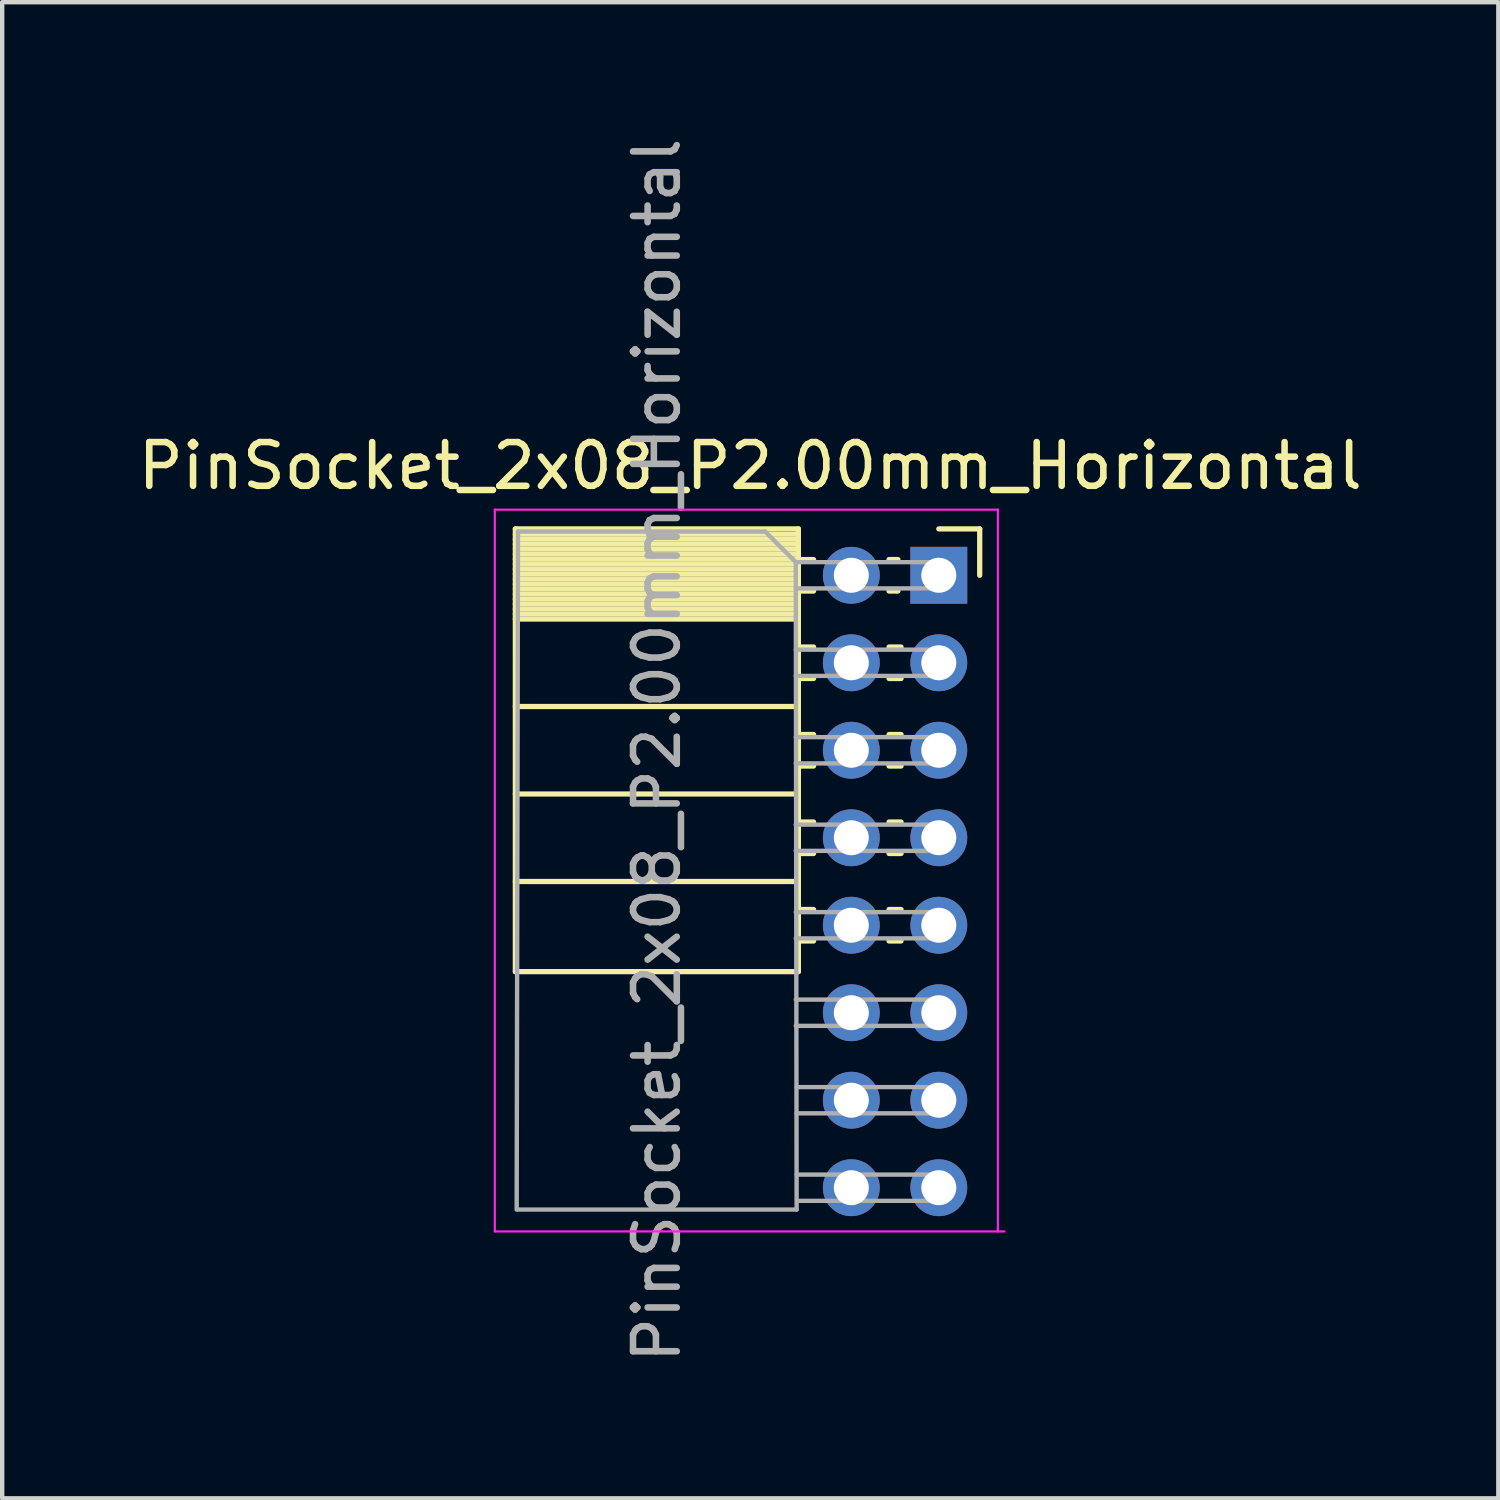
<source format=kicad_pcb>
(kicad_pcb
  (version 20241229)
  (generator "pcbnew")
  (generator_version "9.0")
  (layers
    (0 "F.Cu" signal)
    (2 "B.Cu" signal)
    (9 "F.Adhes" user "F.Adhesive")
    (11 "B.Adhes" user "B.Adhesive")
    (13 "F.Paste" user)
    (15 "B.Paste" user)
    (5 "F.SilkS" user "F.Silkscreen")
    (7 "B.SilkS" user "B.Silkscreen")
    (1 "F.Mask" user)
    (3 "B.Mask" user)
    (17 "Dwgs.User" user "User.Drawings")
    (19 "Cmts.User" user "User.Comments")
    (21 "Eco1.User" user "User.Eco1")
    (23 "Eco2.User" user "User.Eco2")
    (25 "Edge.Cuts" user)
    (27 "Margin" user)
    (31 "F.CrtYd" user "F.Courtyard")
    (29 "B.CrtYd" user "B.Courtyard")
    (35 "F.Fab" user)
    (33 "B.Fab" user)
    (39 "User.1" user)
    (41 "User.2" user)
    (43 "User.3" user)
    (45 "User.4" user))
  (footprint "PinSocket_2x08_P2.00mm_Horizontal"
    (layer "F.Cu")
    (at 18.411 10.101)
    (property "Reference" "PinSocket_2x08_P2.00mm_Horizontal" (at -4.31 -2.5 0) (layer "F.SilkS") (effects (font (size 1 1) (thickness 0.15))))
    (attr through_hole)
    (fp_line (start -9.68 -1.06) (end -9.68 9.06) (stroke (width 0.12) (type solid)) (layer "F.SilkS"))
    (fp_line (start -9.68 -1.06) (end -3.21 -1.06) (stroke (width 0.12) (type solid)) (layer "F.SilkS"))
    (fp_line (start -9.68 -0.94) (end -3.21 -0.94) (stroke (width 0.12) (type solid)) (layer "F.SilkS"))
    (fp_line (start -9.68 -0.826) (end -3.21 -0.826) (stroke (width 0.12) (type solid)) (layer "F.SilkS"))
    (fp_line (start -9.68 -0.712) (end -3.21 -0.712) (stroke (width 0.12) (type solid)) (layer "F.SilkS"))
    (fp_line (start -9.68 -0.598) (end -3.21 -0.598) (stroke (width 0.12) (type solid)) (layer "F.SilkS"))
    (fp_line (start -9.68 -0.484) (end -3.21 -0.484) (stroke (width 0.12) (type solid)) (layer "F.SilkS"))
    (fp_line (start -9.68 -0.369) (end -3.21 -0.369) (stroke (width 0.12) (type solid)) (layer "F.SilkS"))
    (fp_line (start -9.68 -0.255) (end -3.21 -0.255) (stroke (width 0.12) (type solid)) (layer "F.SilkS"))
    (fp_line (start -9.68 -0.141) (end -3.21 -0.141) (stroke (width 0.12) (type solid)) (layer "F.SilkS"))
    (fp_line (start -9.68 -0.027) (end -3.21 -0.027) (stroke (width 0.12) (type solid)) (layer "F.SilkS"))
    (fp_line (start -9.68 0.087) (end -3.21 0.087) (stroke (width 0.12) (type solid)) (layer "F.SilkS"))
    (fp_line (start -9.68 0.201) (end -3.21 0.201) (stroke (width 0.12) (type solid)) (layer "F.SilkS"))
    (fp_line (start -9.68 0.315) (end -3.21 0.315) (stroke (width 0.12) (type solid)) (layer "F.SilkS"))
    (fp_line (start -9.68 0.429) (end -3.21 0.429) (stroke (width 0.12) (type solid)) (layer "F.SilkS"))
    (fp_line (start -9.68 0.544) (end -3.21 0.544) (stroke (width 0.12) (type solid)) (layer "F.SilkS"))
    (fp_line (start -9.68 0.658) (end -3.21 0.658) (stroke (width 0.12) (type solid)) (layer "F.SilkS"))
    (fp_line (start -9.68 0.772) (end -3.21 0.772) (stroke (width 0.12) (type solid)) (layer "F.SilkS"))
    (fp_line (start -9.68 0.886) (end -3.21 0.886) (stroke (width 0.12) (type solid)) (layer "F.SilkS"))
    (fp_line (start -9.68 1) (end -3.21 1) (stroke (width 0.12) (type solid)) (layer "F.SilkS"))
    (fp_line (start -9.68 3) (end -3.21 3) (stroke (width 0.12) (type solid)) (layer "F.SilkS"))
    (fp_line (start -9.68 5) (end -3.21 5) (stroke (width 0.12) (type solid)) (layer "F.SilkS"))
    (fp_line (start -9.68 7) (end -3.21 7) (stroke (width 0.12) (type solid)) (layer "F.SilkS"))
    (fp_line (start -9.68 9.06) (end -3.21 9.06) (stroke (width 0.12) (type solid)) (layer "F.SilkS"))
    (fp_line (start -3.21 -1.06) (end -3.21 9.06) (stroke (width 0.12) (type solid)) (layer "F.SilkS"))
    (fp_line (start -3.21 -0.36) (end -2.863 -0.36) (stroke (width 0.12) (type solid)) (layer "F.SilkS"))
    (fp_line (start -3.21 0.36) (end -2.863 0.36) (stroke (width 0.12) (type solid)) (layer "F.SilkS"))
    (fp_line (start -3.21 1.64) (end -2.863 1.64) (stroke (width 0.12) (type solid)) (layer "F.SilkS"))
    (fp_line (start -3.21 2.36) (end -2.863 2.36) (stroke (width 0.12) (type solid)) (layer "F.SilkS"))
    (fp_line (start -3.21 3.64) (end -2.863 3.64) (stroke (width 0.12) (type solid)) (layer "F.SilkS"))
    (fp_line (start -3.21 4.36) (end -2.863 4.36) (stroke (width 0.12) (type solid)) (layer "F.SilkS"))
    (fp_line (start -3.21 5.64) (end -2.863 5.64) (stroke (width 0.12) (type solid)) (layer "F.SilkS"))
    (fp_line (start -3.21 6.36) (end -2.863 6.36) (stroke (width 0.12) (type solid)) (layer "F.SilkS"))
    (fp_line (start -3.21 7.64) (end -2.863 7.64) (stroke (width 0.12) (type solid)) (layer "F.SilkS"))
    (fp_line (start -3.21 8.36) (end -2.863 8.36) (stroke (width 0.12) (type solid)) (layer "F.SilkS"))
    (fp_line (start -1.137 -0.36) (end -0.935 -0.36) (stroke (width 0.12) (type solid)) (layer "F.SilkS"))
    (fp_line (start -1.137 0.36) (end -0.935 0.36) (stroke (width 0.12) (type solid)) (layer "F.SilkS"))
    (fp_line (start -1.137 1.64) (end -0.863 1.64) (stroke (width 0.12) (type solid)) (layer "F.SilkS"))
    (fp_line (start -1.137 2.36) (end -0.863 2.36) (stroke (width 0.12) (type solid)) (layer "F.SilkS"))
    (fp_line (start -1.137 3.64) (end -0.863 3.64) (stroke (width 0.12) (type solid)) (layer "F.SilkS"))
    (fp_line (start -1.137 4.36) (end -0.863 4.36) (stroke (width 0.12) (type solid)) (layer "F.SilkS"))
    (fp_line (start -1.137 5.64) (end -0.863 5.64) (stroke (width 0.12) (type solid)) (layer "F.SilkS"))
    (fp_line (start -1.137 6.36) (end -0.863 6.36) (stroke (width 0.12) (type solid)) (layer "F.SilkS"))
    (fp_line (start -1.137 7.64) (end -0.863 7.64) (stroke (width 0.12) (type solid)) (layer "F.SilkS"))
    (fp_line (start -1.137 8.36) (end -0.863 8.36) (stroke (width 0.12) (type solid)) (layer "F.SilkS"))
    (fp_line (start 0 -1.06) (end 0.935 -1.06) (stroke (width 0.12) (type solid)) (layer "F.SilkS"))
    (fp_line (start 0.935 -1.06) (end 0.935 0) (stroke (width 0.12) (type solid)) (layer "F.SilkS"))
    (fp_line (start -10.15 -1.5) (end -10.15 15) (stroke (width 0.05) (type solid)) (layer "F.CrtYd"))
    (fp_line (start -10.15 15) (end 1.5 15) (stroke (width 0.05) (type solid)) (layer "F.CrtYd"))
    (fp_line (start 1.35 -1.5) (end -10.15 -1.5) (stroke (width 0.05) (type solid)) (layer "F.CrtYd"))
    (fp_line (start 1.35 15) (end 1.35 -1.5) (stroke (width 0.05) (type solid)) (layer "F.CrtYd"))
    (fp_line (start -9.65 14.5) (end -9.62 -1) (stroke (width 0.1) (type solid)) (layer "F.Fab"))
    (fp_line (start -9.62 -1) (end -3.97 -1) (stroke (width 0.1) (type solid)) (layer "F.Fab"))
    (fp_line (start -3.97 -1) (end -3.27 -0.3) (stroke (width 0.1) (type solid)) (layer "F.Fab"))
    (fp_line (start -3.27 -0.3) (end -3.25 14.5) (stroke (width 0.1) (type solid)) (layer "F.Fab"))
    (fp_line (start -3.27 0.3) (end 0 0.3) (stroke (width 0.1) (type solid)) (layer "F.Fab"))
    (fp_line (start -3.27 2.3) (end 0 2.3) (stroke (width 0.1) (type solid)) (layer "F.Fab"))
    (fp_line (start -3.27 4.3) (end 0 4.3) (stroke (width 0.1) (type solid)) (layer "F.Fab"))
    (fp_line (start -3.27 6.3) (end 0 6.3) (stroke (width 0.1) (type solid)) (layer "F.Fab"))
    (fp_line (start -3.27 8.3) (end 0 8.3) (stroke (width 0.1) (type solid)) (layer "F.Fab"))
    (fp_line (start -3.27 10.3) (end 0 10.3) (stroke (width 0.1) (type solid)) (layer "F.Fab"))
    (fp_line (start -3.25 12.3) (end 0 12.3) (stroke (width 0.1) (type solid)) (layer "F.Fab"))
    (fp_line (start -3.25 14.5) (end -9.62 14.5) (stroke (width 0.1) (type solid)) (layer "F.Fab"))
    (fp_line (start -3.2 14.3) (end 0 14.3) (stroke (width 0.1) (type solid)) (layer "F.Fab"))
    (fp_line (start 0 -0.3) (end -3.27 -0.3) (stroke (width 0.1) (type solid)) (layer "F.Fab"))
    (fp_line (start 0 0.3) (end 0 -0.3) (stroke (width 0.1) (type solid)) (layer "F.Fab"))
    (fp_line (start 0 1.7) (end -3.27 1.7) (stroke (width 0.1) (type solid)) (layer "F.Fab"))
    (fp_line (start 0 2.3) (end 0 1.7) (stroke (width 0.1) (type solid)) (layer "F.Fab"))
    (fp_line (start 0 3.7) (end -3.27 3.7) (stroke (width 0.1) (type solid)) (layer "F.Fab"))
    (fp_line (start 0 4.3) (end 0 3.7) (stroke (width 0.1) (type solid)) (layer "F.Fab"))
    (fp_line (start 0 5.7) (end -3.27 5.7) (stroke (width 0.1) (type solid)) (layer "F.Fab"))
    (fp_line (start 0 6.3) (end 0 5.7) (stroke (width 0.1) (type solid)) (layer "F.Fab"))
    (fp_line (start 0 7.7) (end -3.27 7.7) (stroke (width 0.1) (type solid)) (layer "F.Fab"))
    (fp_line (start 0 8.3) (end 0 7.7) (stroke (width 0.1) (type solid)) (layer "F.Fab"))
    (fp_line (start 0 9.7) (end -3.27 9.7) (stroke (width 0.1) (type solid)) (layer "F.Fab"))
    (fp_line (start 0 10.3) (end 0 9.7) (stroke (width 0.1) (type solid)) (layer "F.Fab"))
    (fp_line (start 0 11.7) (end -3.25 11.7) (stroke (width 0.1) (type solid)) (layer "F.Fab"))
    (fp_line (start 0 12.3) (end 0 11.7) (stroke (width 0.1) (type solid)) (layer "F.Fab"))
    (fp_line (start 0 13.7) (end -3.25 13.7) (stroke (width 0.1) (type solid)) (layer "F.Fab"))
    (fp_line (start 0 14.3) (end 0 13.7) (stroke (width 0.1) (type solid)) (layer "F.Fab"))
    (fp_text user "${REFERENCE}" (at -6.445 4 90) (layer "F.Fab") (effects (font (size 1 1) (thickness 0.15))))
    (pad "1" thru_hole rect (at 0 0) (size 1.3 1.3) (drill 0.8) (layers "*.Cu" "*.Mask"))
    (pad "2" thru_hole oval (at -2 0) (size 1.3 1.3) (drill 0.8) (layers "*.Cu" "*.Mask"))
    (pad "3" thru_hole circle (at 0 2) (size 1.3 1.3) (drill 0.8) (layers "*.Cu" "*.Mask"))
    (pad "4" thru_hole oval (at -2 2) (size 1.3 1.3) (drill 0.8) (layers "*.Cu" "*.Mask"))
    (pad "5" thru_hole circle (at 0 4) (size 1.3 1.3) (drill 0.8) (layers "*.Cu" "*.Mask"))
    (pad "6" thru_hole oval (at -2 4) (size 1.3 1.3) (drill 0.8) (layers "*.Cu" "*.Mask"))
    (pad "7" thru_hole circle (at 0 6) (size 1.3 1.3) (drill 0.8) (layers "*.Cu" "*.Mask"))
    (pad "8" thru_hole oval (at -2 6) (size 1.3 1.3) (drill 0.8) (layers "*.Cu" "*.Mask"))
    (pad "9" thru_hole circle (at 0 8) (size 1.3 1.3) (drill 0.8) (layers "*.Cu" "*.Mask"))
    (pad "10" thru_hole oval (at -2 8) (size 1.3 1.3) (drill 0.8) (layers "*.Cu" "*.Mask"))
    (pad "11" thru_hole circle (at 0 10) (size 1.3 1.3) (drill 0.8) (layers "*.Cu" "*.Mask"))
    (pad "12" thru_hole oval (at -2 10) (size 1.3 1.3) (drill 0.8) (layers "*.Cu" "*.Mask"))
    (pad "13" thru_hole circle (at 0 12) (size 1.3 1.3) (drill 0.8) (layers "*.Cu" "*.Mask"))
    (pad "14" thru_hole oval (at -2 12) (size 1.3 1.3) (drill 0.8) (layers "*.Cu" "*.Mask"))
    (pad "15" thru_hole circle (at 0 14) (size 1.3 1.3) (drill 0.8) (layers "*.Cu" "*.Mask"))
    (pad "16" thru_hole oval (at -2 14) (size 1.3 1.3) (drill 0.8) (layers "*.Cu" "*.Mask")))
  (gr_rect
    (start -3 -3)
    (end 31.202 31.202)
    (stroke (width 0.1) (type default))
    (fill no)
    (layer "Edge.Cuts")))
</source>
